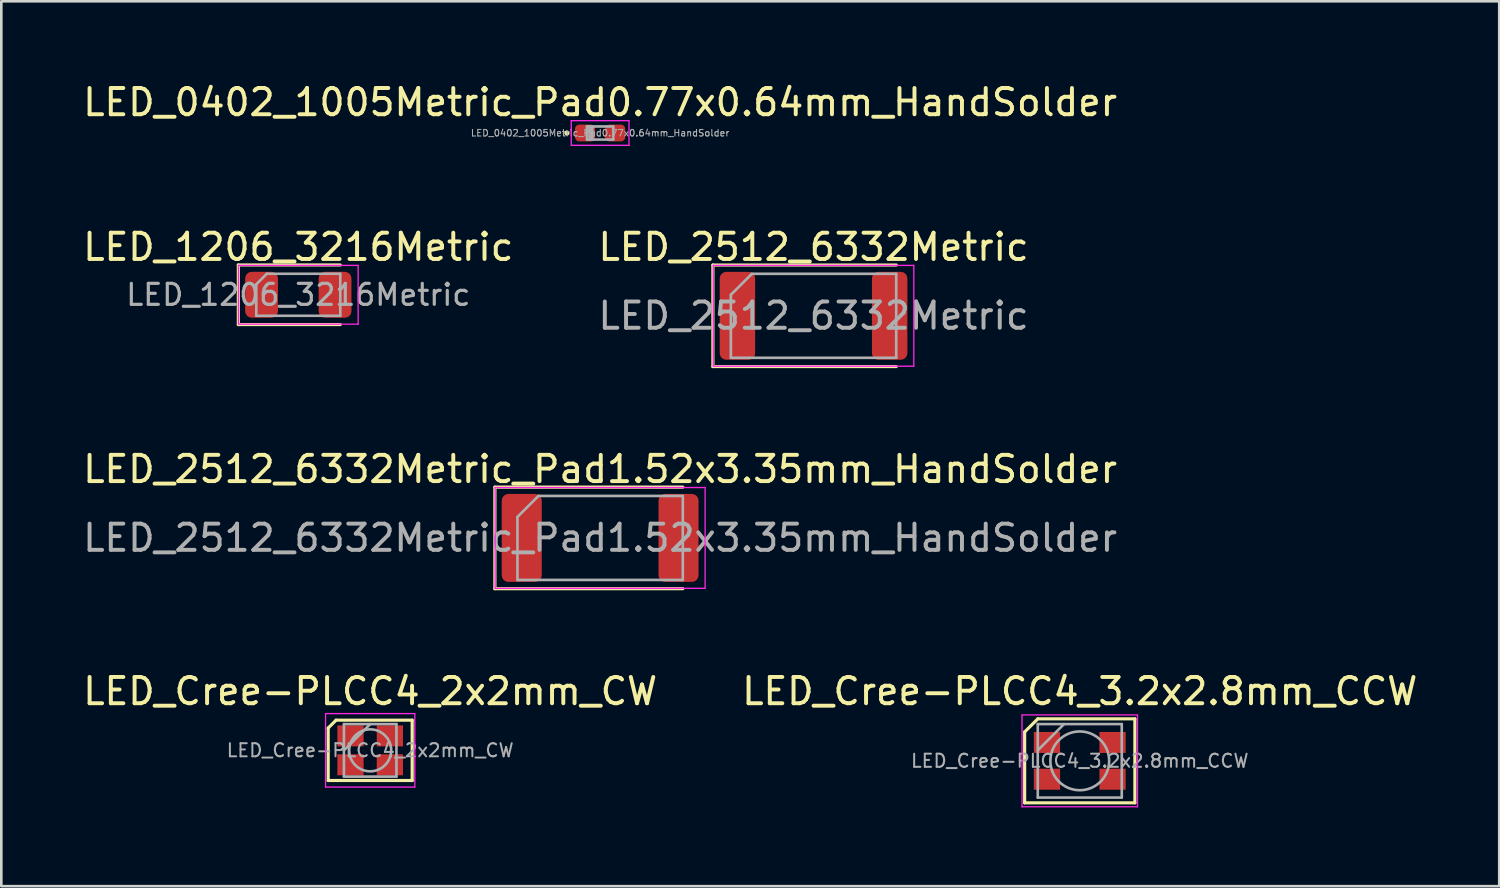
<source format=kicad_pcb>
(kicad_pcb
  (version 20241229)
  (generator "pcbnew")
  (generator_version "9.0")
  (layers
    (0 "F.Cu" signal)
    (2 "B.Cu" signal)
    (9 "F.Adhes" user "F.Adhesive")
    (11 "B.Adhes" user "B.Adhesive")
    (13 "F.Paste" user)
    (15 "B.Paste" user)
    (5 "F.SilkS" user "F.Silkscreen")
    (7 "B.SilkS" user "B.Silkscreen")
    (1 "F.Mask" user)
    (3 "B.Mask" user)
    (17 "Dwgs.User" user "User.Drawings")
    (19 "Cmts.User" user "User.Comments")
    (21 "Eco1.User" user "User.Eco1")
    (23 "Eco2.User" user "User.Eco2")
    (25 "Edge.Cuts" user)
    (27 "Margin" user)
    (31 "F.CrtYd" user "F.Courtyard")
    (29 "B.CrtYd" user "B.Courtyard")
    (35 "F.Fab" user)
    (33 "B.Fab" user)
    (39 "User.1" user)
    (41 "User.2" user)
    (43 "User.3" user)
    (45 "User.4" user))
  (footprint "LED_1206_3216Metric"
    (layer "F.Cu")
    (at 8.315 8.181)
    (property "Reference" "LED_1206_3216Metric" (at 0 -1.82 0) (layer "F.SilkS") (effects (font (size 1 1) (thickness 0.15))))
    (attr smd)
    (fp_line (start -2.285 -1.135) (end -2.285 1.135) (stroke (width 0.12) (type solid)) (layer "F.SilkS"))
    (fp_line (start -2.285 1.135) (end 1.6 1.135) (stroke (width 0.12) (type solid)) (layer "F.SilkS"))
    (fp_line (start 1.6 -1.135) (end -2.285 -1.135) (stroke (width 0.12) (type solid)) (layer "F.SilkS"))
    (fp_line (start -2.28 -1.12) (end 2.28 -1.12) (stroke (width 0.05) (type solid)) (layer "F.CrtYd"))
    (fp_line (start -2.28 1.12) (end -2.28 -1.12) (stroke (width 0.05) (type solid)) (layer "F.CrtYd"))
    (fp_line (start 2.28 -1.12) (end 2.28 1.12) (stroke (width 0.05) (type solid)) (layer "F.CrtYd"))
    (fp_line (start 2.28 1.12) (end -2.28 1.12) (stroke (width 0.05) (type solid)) (layer "F.CrtYd"))
    (fp_line (start -1.6 -0.4) (end -1.6 0.8) (stroke (width 0.1) (type solid)) (layer "F.Fab"))
    (fp_line (start -1.6 0.8) (end 1.6 0.8) (stroke (width 0.1) (type solid)) (layer "F.Fab"))
    (fp_line (start -1.2 -0.8) (end -1.6 -0.4) (stroke (width 0.1) (type solid)) (layer "F.Fab"))
    (fp_line (start 1.6 -0.8) (end -1.2 -0.8) (stroke (width 0.1) (type solid)) (layer "F.Fab"))
    (fp_line (start 1.6 0.8) (end 1.6 -0.8) (stroke (width 0.1) (type solid)) (layer "F.Fab"))
    (fp_text user "${REFERENCE}" (at 0 0 0) (layer "F.Fab") (effects (font (size 0.8 0.8) (thickness 0.12))))
    (pad "1" smd roundrect (at -1.4 0) (size 1.25 1.75) (layers "F.Cu" "F.Mask" "F.Paste") (roundrect_rratio 0.2))
    (pad "2" smd roundrect (at 1.4 0) (size 1.25 1.75) (layers "F.Cu" "F.Mask" "F.Paste") (roundrect_rratio 0.2)))
  (footprint "LED_Cree-PLCC4_2x2mm_CW"
    (layer "F.Cu")
    (at 11.054 25.538)
    (property "Reference" "LED_Cree-PLCC4_2x2mm_CW" (at 0 -2.25 0) (layer "F.SilkS") (effects (font (size 1 1) (thickness 0.15))))
    (attr smd)
    (fp_line (start -1.6 1.15) (end -1.6 -0.85) (stroke (width 0.12) (type solid)) (layer "F.SilkS"))
    (fp_line (start -1.6 1.15) (end 1.6 1.15) (stroke (width 0.12) (type solid)) (layer "F.SilkS"))
    (fp_line (start -1.3 -1.15) (end -1.6 -0.85) (stroke (width 0.12) (type default)) (layer "F.SilkS"))
    (fp_line (start -1.3 -1.15) (end 1.6 -1.15) (stroke (width 0.12) (type solid)) (layer "F.SilkS"))
    (fp_line (start 1.6 -1.15) (end 1.6 1.15) (stroke (width 0.12) (type solid)) (layer "F.SilkS"))
    (fp_line (start -1.7 -1.4) (end -1.7 1.4) (stroke (width 0.05) (type solid)) (layer "F.CrtYd"))
    (fp_line (start -1.7 1.4) (end 1.7 1.4) (stroke (width 0.05) (type solid)) (layer "F.CrtYd"))
    (fp_line (start 1.7 -1.4) (end -1.7 -1.4) (stroke (width 0.05) (type solid)) (layer "F.CrtYd"))
    (fp_line (start 1.7 1.4) (end 1.7 -1.4) (stroke (width 0.05) (type solid)) (layer "F.CrtYd"))
    (fp_line (start -1 -1) (end -1 1) (stroke (width 0.1) (type solid)) (layer "F.Fab"))
    (fp_line (start -1 1) (end 1 1) (stroke (width 0.1) (type solid)) (layer "F.Fab"))
    (fp_line (start 0 -1) (end -1 0) (stroke (width 0.1) (type solid)) (layer "F.Fab"))
    (fp_line (start 1 -1) (end -1 -1) (stroke (width 0.1) (type solid)) (layer "F.Fab"))
    (fp_line (start 1 1) (end 1 -1) (stroke (width 0.1) (type solid)) (layer "F.Fab"))
    (fp_circle (center 0 0) (end 0.8 0) (stroke (width 0.1) (type solid)) (fill no) (layer "F.Fab"))
    (fp_text user "${REFERENCE}" (at 0 0 0) (layer "F.Fab") (effects (font (size 0.5 0.5) (thickness 0.075))))
    (pad "1" smd rect (at -0.75 -0.55) (size 1 0.8) (layers "F.Cu" "F.Mask" "F.Paste"))
    (pad "2" smd rect (at 0.75 -0.55) (size 1 0.8) (layers "F.Cu" "F.Mask" "F.Paste"))
    (pad "3" smd rect (at 0.75 0.55) (size 1 0.8) (layers "F.Cu" "F.Mask" "F.Paste"))
    (pad "4" smd rect (at -0.75 0.55) (size 1 0.8) (layers "F.Cu" "F.Mask" "F.Paste")))
  (footprint "LED_2512_6332Metric_Pad1.52x3.35mm_HandSolder"
    (layer "F.Cu")
    (at 19.815 17.445)
    (property "Reference" "LED_2512_6332Metric_Pad1.52x3.35mm_HandSolder" (at 0 -2.62 0) (layer "F.SilkS") (effects (font (size 1 1) (thickness 0.15))))
    (attr smd)
    (fp_line (start -4.01 -1.935) (end -4.01 1.935) (stroke (width 0.12) (type solid)) (layer "F.SilkS"))
    (fp_line (start -4.01 1.935) (end 3.15 1.935) (stroke (width 0.12) (type solid)) (layer "F.SilkS"))
    (fp_line (start 3.15 -1.935) (end -4.01 -1.935) (stroke (width 0.12) (type solid)) (layer "F.SilkS"))
    (fp_line (start -4 -1.92) (end 4 -1.92) (stroke (width 0.05) (type solid)) (layer "F.CrtYd"))
    (fp_line (start -4 1.92) (end -4 -1.92) (stroke (width 0.05) (type solid)) (layer "F.CrtYd"))
    (fp_line (start 4 -1.92) (end 4 1.92) (stroke (width 0.05) (type solid)) (layer "F.CrtYd"))
    (fp_line (start 4 1.92) (end -4 1.92) (stroke (width 0.05) (type solid)) (layer "F.CrtYd"))
    (fp_line (start -3.15 -0.8) (end -3.15 1.6) (stroke (width 0.1) (type solid)) (layer "F.Fab"))
    (fp_line (start -3.15 1.6) (end 3.15 1.6) (stroke (width 0.1) (type solid)) (layer "F.Fab"))
    (fp_line (start -2.35 -1.6) (end -3.15 -0.8) (stroke (width 0.1) (type solid)) (layer "F.Fab"))
    (fp_line (start 3.15 -1.6) (end -2.35 -1.6) (stroke (width 0.1) (type solid)) (layer "F.Fab"))
    (fp_line (start 3.15 1.6) (end 3.15 -1.6) (stroke (width 0.1) (type solid)) (layer "F.Fab"))
    (fp_text user "${REFERENCE}" (at 0 0 0) (layer "F.Fab") (effects (font (size 1 1) (thickness 0.15))))
    (pad "1" smd roundrect (at -2.987 0) (size 1.525 3.35) (layers "F.Cu" "F.Mask" "F.Paste") (roundrect_rratio 0.164))
    (pad "2" smd roundrect (at 2.987 0) (size 1.525 3.35) (layers "F.Cu" "F.Mask" "F.Paste") (roundrect_rratio 0.164)))
  (footprint "LED_0402_1005Metric_Pad0.77x0.64mm_HandSolder"
    (layer "F.Cu")
    (at 19.815 2.018)
    (property "Reference" "LED_0402_1005Metric_Pad0.77x0.64mm_HandSolder" (at 0 -1.17 0) (layer "F.SilkS") (effects (font (size 1 1) (thickness 0.15))))
    (attr smd)
    (fp_circle (center -1.265 0) (end -1.215 0) (stroke (width 0.1) (type solid)) (fill no) (layer "F.SilkS"))
    (fp_line (start -1.1 -0.47) (end 1.1 -0.47) (stroke (width 0.05) (type solid)) (layer "F.CrtYd"))
    (fp_line (start -1.1 0.47) (end -1.1 -0.47) (stroke (width 0.05) (type solid)) (layer "F.CrtYd"))
    (fp_line (start 1.1 -0.47) (end 1.1 0.47) (stroke (width 0.05) (type solid)) (layer "F.CrtYd"))
    (fp_line (start 1.1 0.47) (end -1.1 0.47) (stroke (width 0.05) (type solid)) (layer "F.CrtYd"))
    (fp_line (start -0.5 -0.25) (end 0.5 -0.25) (stroke (width 0.1) (type solid)) (layer "F.Fab"))
    (fp_line (start -0.5 0.25) (end -0.5 -0.25) (stroke (width 0.1) (type solid)) (layer "F.Fab"))
    (fp_line (start -0.4 0.25) (end -0.4 -0.25) (stroke (width 0.1) (type solid)) (layer "F.Fab"))
    (fp_line (start -0.3 0.25) (end -0.3 -0.25) (stroke (width 0.1) (type solid)) (layer "F.Fab"))
    (fp_line (start 0.5 -0.25) (end 0.5 0.25) (stroke (width 0.1) (type solid)) (layer "F.Fab"))
    (fp_line (start 0.5 0.25) (end -0.5 0.25) (stroke (width 0.1) (type solid)) (layer "F.Fab"))
    (fp_text user "${REFERENCE}" (at 0 0 0) (layer "F.Fab") (effects (font (size 0.25 0.25) (thickness 0.04))))
    (pad "1" smd roundrect (at -0.573 0) (size 0.765 0.64) (layers "F.Cu" "F.Mask" "F.Paste") (roundrect_rratio 0.25))
    (pad "2" smd roundrect (at 0.573 0) (size 0.765 0.64) (layers "F.Cu" "F.Mask" "F.Paste") (roundrect_rratio 0.25)))
  (footprint "LED_Cree-PLCC4_3.2x2.8mm_CCW"
    (layer "F.Cu")
    (at 38.089 25.938)
    (property "Reference" "LED_Cree-PLCC4_3.2x2.8mm_CCW" (at 0 -2.65 0) (layer "F.SilkS") (effects (font (size 1 1) (thickness 0.15))))
    (attr smd)
    (fp_line (start -2.1 -1.1) (end -1.6 -1.6) (stroke (width 0.12) (type default)) (layer "F.SilkS"))
    (fp_line (start -2.1 1.6) (end -2.1 -1.1) (stroke (width 0.12) (type solid)) (layer "F.SilkS"))
    (fp_line (start -2.1 1.6) (end 2.1 1.6) (stroke (width 0.12) (type solid)) (layer "F.SilkS"))
    (fp_line (start -1.6 -1.6) (end 2.1 -1.6) (stroke (width 0.12) (type solid)) (layer "F.SilkS"))
    (fp_line (start 2.1 1.6) (end 2.1 -1.6) (stroke (width 0.12) (type solid)) (layer "F.SilkS"))
    (fp_line (start -2.2 -1.75) (end -2.2 1.75) (stroke (width 0.05) (type solid)) (layer "F.CrtYd"))
    (fp_line (start -2.2 1.75) (end 2.2 1.75) (stroke (width 0.05) (type solid)) (layer "F.CrtYd"))
    (fp_line (start 2.2 -1.75) (end -2.2 -1.75) (stroke (width 0.05) (type solid)) (layer "F.CrtYd"))
    (fp_line (start 2.2 1.75) (end 2.2 -1.75) (stroke (width 0.05) (type solid)) (layer "F.CrtYd"))
    (fp_line (start -1.6 -1.4) (end -1.6 1.4) (stroke (width 0.1) (type solid)) (layer "F.Fab"))
    (fp_line (start -1.6 1.4) (end 1.6 1.4) (stroke (width 0.1) (type solid)) (layer "F.Fab"))
    (fp_line (start -0.6 -1.4) (end -1.6 -0.4) (stroke (width 0.1) (type solid)) (layer "F.Fab"))
    (fp_line (start 1.6 -1.4) (end -1.6 -1.4) (stroke (width 0.1) (type solid)) (layer "F.Fab"))
    (fp_line (start 1.6 1.4) (end 1.6 -1.4) (stroke (width 0.1) (type solid)) (layer "F.Fab"))
    (fp_circle (center 0 0) (end 1.12 0) (stroke (width 0.1) (type solid)) (fill no) (layer "F.Fab"))
    (fp_text user "${REFERENCE}" (at 0 0 0) (layer "F.Fab") (effects (font (size 0.5 0.5) (thickness 0.075))))
    (pad "1" smd rect (at -1.25 -0.7) (size 1 0.8) (layers "F.Cu" "F.Mask" "F.Paste"))
    (pad "2" smd rect (at -1.25 0.7) (size 1 0.8) (layers "F.Cu" "F.Mask" "F.Paste"))
    (pad "3" smd rect (at 1.25 0.7) (size 1 0.8) (layers "F.Cu" "F.Mask" "F.Paste"))
    (pad "4" smd rect (at 1.25 -0.7) (size 1 0.8) (layers "F.Cu" "F.Mask" "F.Paste")))
  (footprint "LED_2512_6332Metric"
    (layer "F.Cu")
    (at 27.946 8.982)
    (property "Reference" "LED_2512_6332Metric" (at 0 -2.62 0) (layer "F.SilkS") (effects (font (size 1 1) (thickness 0.15))))
    (attr smd)
    (fp_line (start -3.835 -1.935) (end -3.835 1.935) (stroke (width 0.12) (type solid)) (layer "F.SilkS"))
    (fp_line (start -3.835 1.935) (end 3.15 1.935) (stroke (width 0.12) (type solid)) (layer "F.SilkS"))
    (fp_line (start 3.15 -1.935) (end -3.835 -1.935) (stroke (width 0.12) (type solid)) (layer "F.SilkS"))
    (fp_line (start -3.82 -1.92) (end 3.82 -1.92) (stroke (width 0.05) (type solid)) (layer "F.CrtYd"))
    (fp_line (start -3.82 1.92) (end -3.82 -1.92) (stroke (width 0.05) (type solid)) (layer "F.CrtYd"))
    (fp_line (start 3.82 -1.92) (end 3.82 1.92) (stroke (width 0.05) (type solid)) (layer "F.CrtYd"))
    (fp_line (start 3.82 1.92) (end -3.82 1.92) (stroke (width 0.05) (type solid)) (layer "F.CrtYd"))
    (fp_line (start -3.15 -0.8) (end -3.15 1.6) (stroke (width 0.1) (type solid)) (layer "F.Fab"))
    (fp_line (start -3.15 1.6) (end 3.15 1.6) (stroke (width 0.1) (type solid)) (layer "F.Fab"))
    (fp_line (start -2.35 -1.6) (end -3.15 -0.8) (stroke (width 0.1) (type solid)) (layer "F.Fab"))
    (fp_line (start 3.15 -1.6) (end -2.35 -1.6) (stroke (width 0.1) (type solid)) (layer "F.Fab"))
    (fp_line (start 3.15 1.6) (end 3.15 -1.6) (stroke (width 0.1) (type solid)) (layer "F.Fab"))
    (fp_text user "${REFERENCE}" (at 0 0 0) (layer "F.Fab") (effects (font (size 1 1) (thickness 0.15))))
    (pad "1" smd roundrect (at -2.9 0) (size 1.35 3.35) (layers "F.Cu" "F.Mask" "F.Paste") (roundrect_rratio 0.185))
    (pad "2" smd roundrect (at 2.9 0) (size 1.35 3.35) (layers "F.Cu" "F.Mask" "F.Paste") (roundrect_rratio 0.185)))
  (gr_rect
    (start -3 -3)
    (end 54.071 30.713)
    (stroke (width 0.1) (type default))
    (fill no)
    (layer "Edge.Cuts")))
</source>
